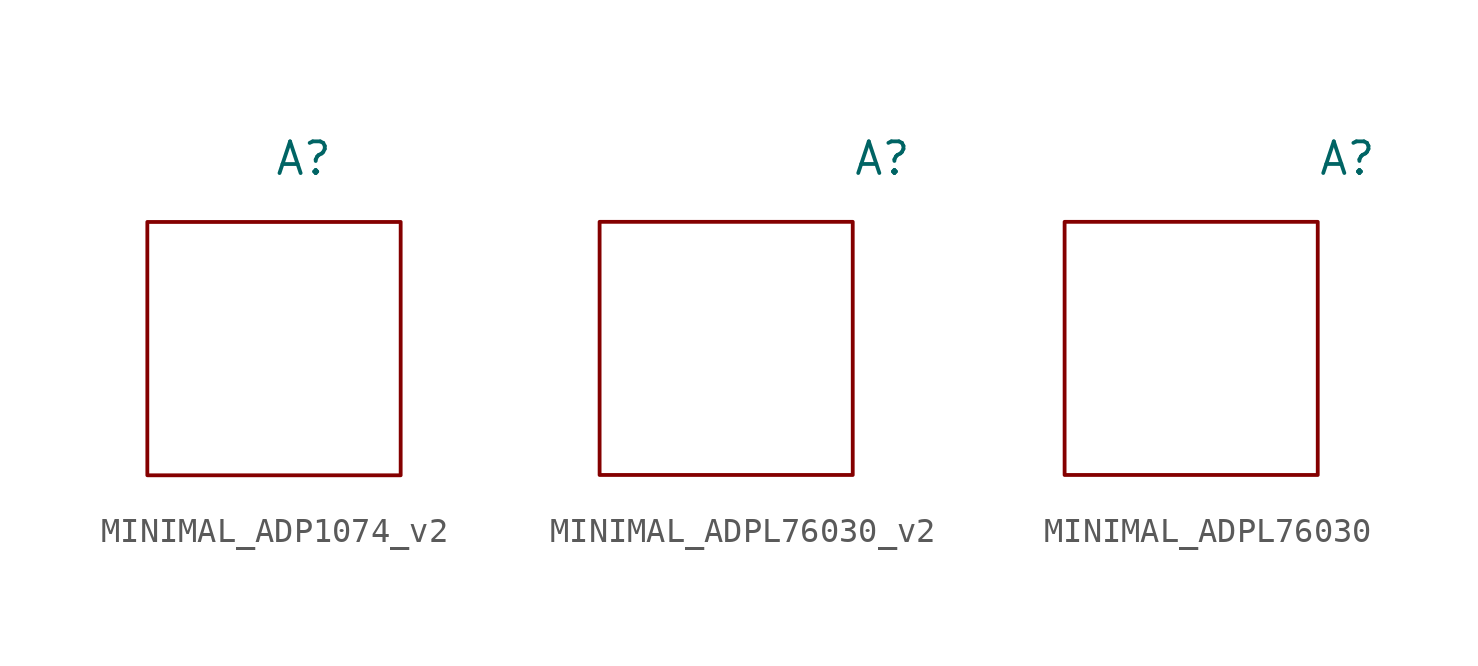
<source format=kicad_sym>
(kicad_symbol_lib
  (version 20241209)
  (generator "kicad_symbol_editor")
  (generator_version "9.0")
  (symbol "MINIMAL_ADP1074_v2"
    (property "Reference" "A"
      (at 0 7.62 0)
      (effects (font (size 1.27 1.27)) (justify left)))
    (property "Value" ""
      (at 0 0 0)
      (effects (font (size 1.27 1.27))))
    (symbol "MINIMAL_ADP1074_v2_0_1"
      (rectangle (start -5.08 5.08) (end 5.08 -5.08) (stroke (width 0) (type default)) (fill (type none)))))
  (symbol "MINIMAL_ADPL76030_v2"
    (property "Reference" "A"
      (at 5.08 7.62 0)
      (effects (font (size 1.27 1.27)) (justify left)))
    (property "Value" ""
      (at 0 0 0)
      (effects (font (size 1.27 1.27))))
    (symbol "MINIMAL_ADPL76030_v2_0_1"
      (rectangle (start -5.08 5.08) (end 5.08 -5.08) (stroke (width 0) (type default)) (fill (type none)))))
  (symbol "MINIMAL_ADPL76030"
    (property "Reference" "A"
      (at 5.08 7.62 0)
      (effects (font (size 1.27 1.27)) (justify left)))
    (property "Value" ""
      (at 0 0 0)
      (effects (font (size 1.27 1.27))))
    (symbol "MINIMAL_ADPL76030_0_1"
      (rectangle (start -5.08 5.08) (end 5.08 -5.08) (stroke (width 0) (type default)) (fill (type none))))))
</source>
